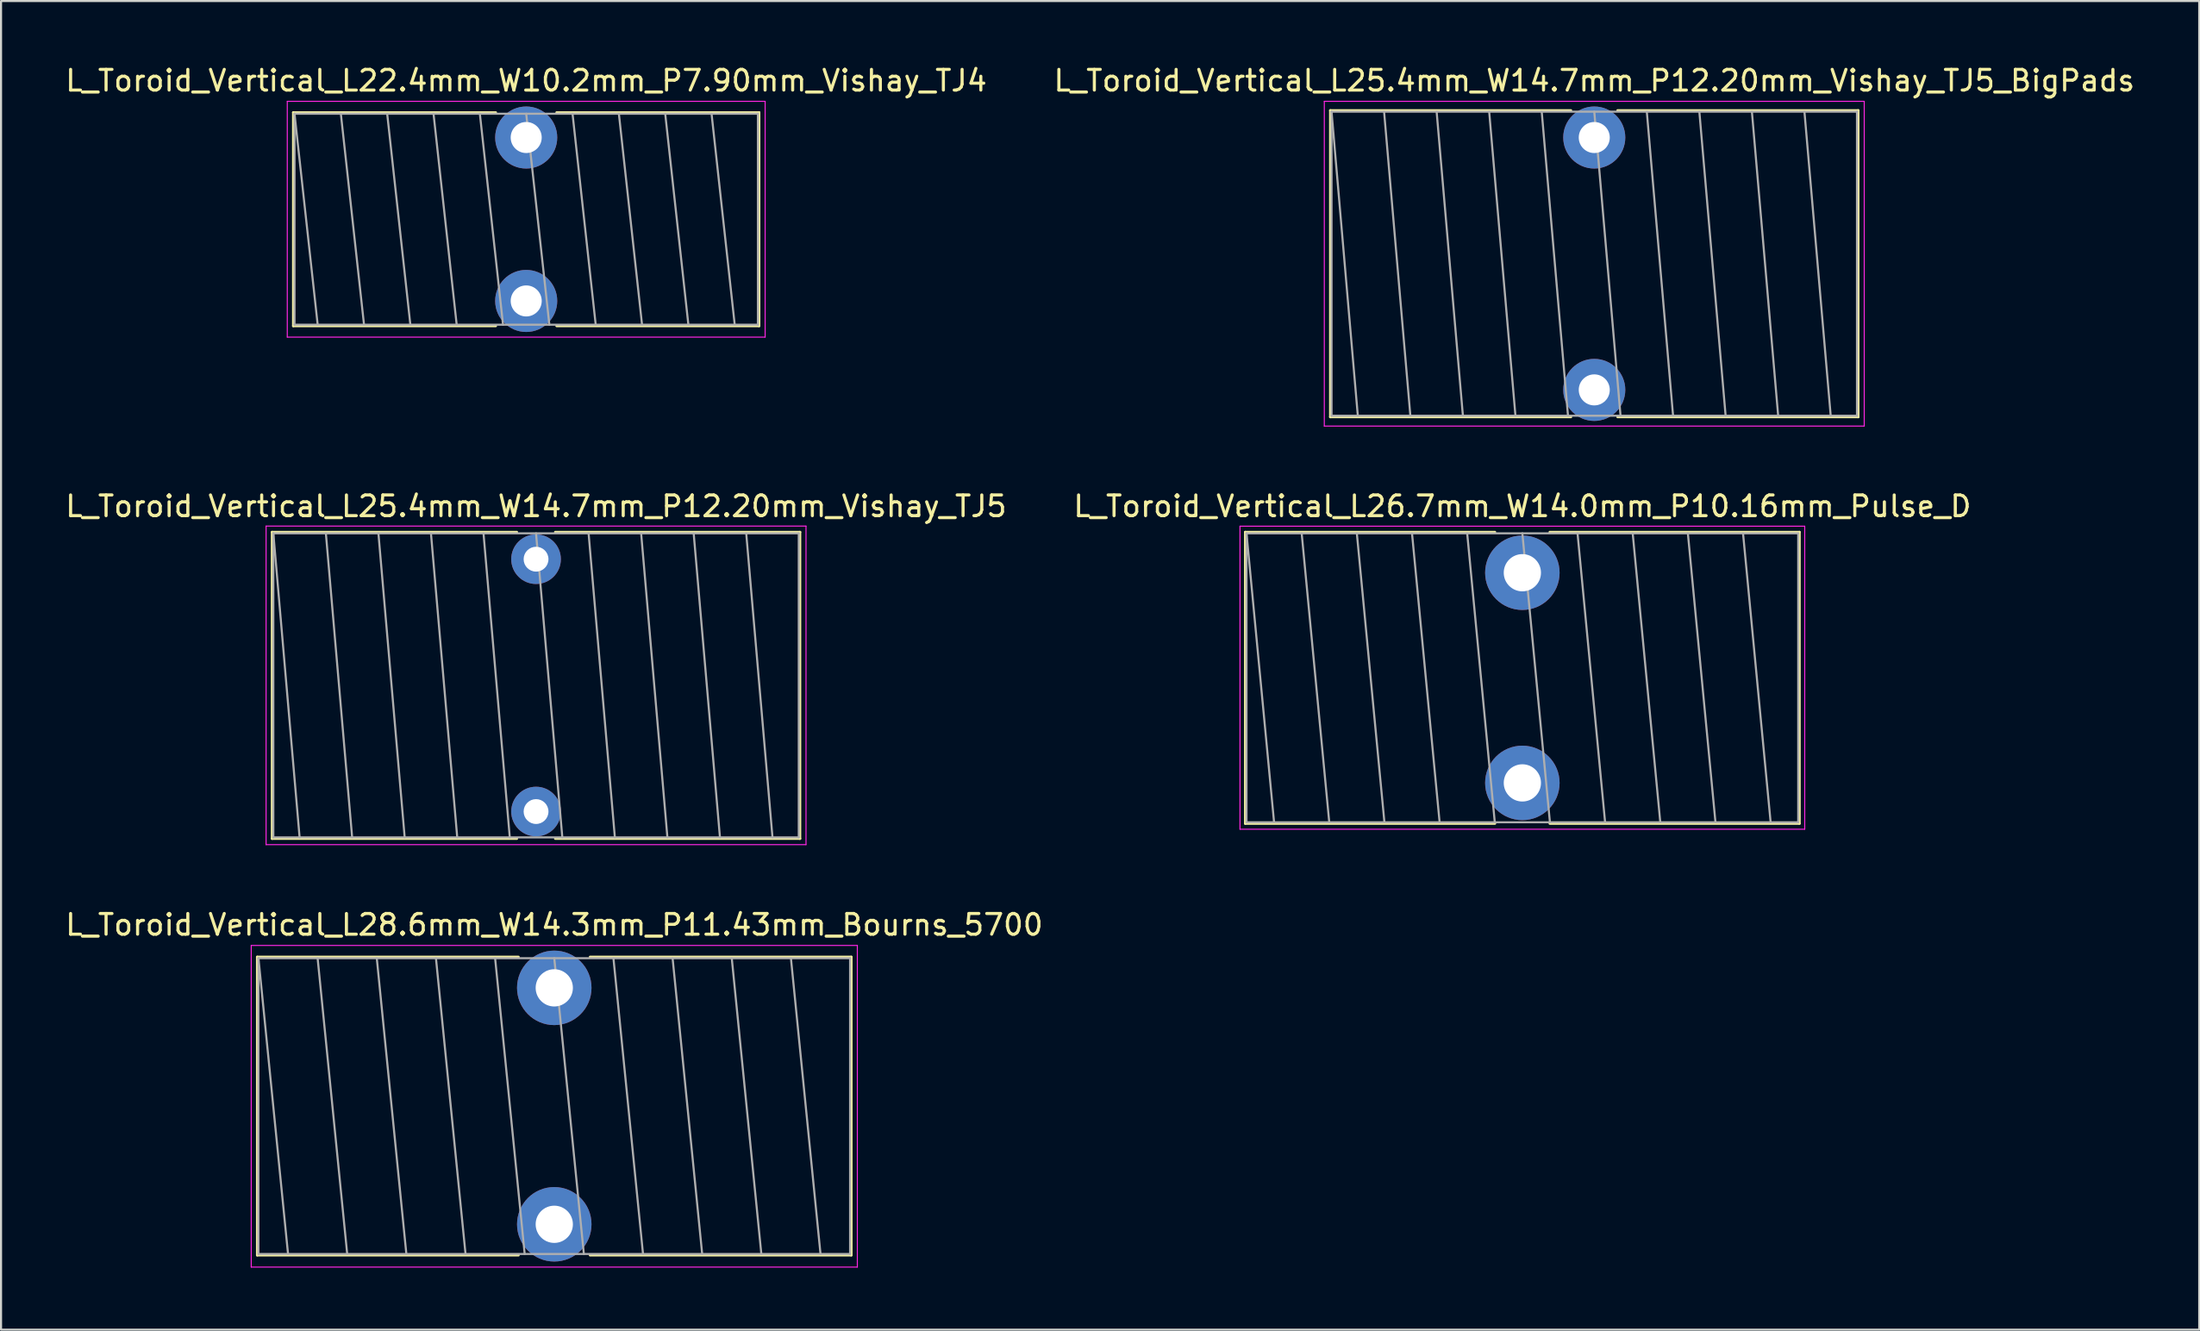
<source format=kicad_pcb>
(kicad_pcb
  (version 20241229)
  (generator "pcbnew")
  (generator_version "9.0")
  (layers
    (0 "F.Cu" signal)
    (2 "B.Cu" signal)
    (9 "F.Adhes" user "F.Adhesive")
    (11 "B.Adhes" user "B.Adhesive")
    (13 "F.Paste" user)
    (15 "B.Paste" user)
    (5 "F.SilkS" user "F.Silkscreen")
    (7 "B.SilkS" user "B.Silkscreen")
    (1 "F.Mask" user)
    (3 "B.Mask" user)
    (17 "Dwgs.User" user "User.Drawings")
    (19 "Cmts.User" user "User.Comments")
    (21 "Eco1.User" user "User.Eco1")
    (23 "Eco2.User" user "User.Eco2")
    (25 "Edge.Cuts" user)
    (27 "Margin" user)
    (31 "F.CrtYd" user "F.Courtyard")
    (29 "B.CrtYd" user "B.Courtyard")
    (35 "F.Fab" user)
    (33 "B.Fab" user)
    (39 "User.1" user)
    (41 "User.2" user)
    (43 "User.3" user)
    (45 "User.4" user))
  (footprint "L_Toroid_Vertical_L25.4mm_W14.7mm_P12.20mm_Vishay_TJ5_BigPads"
    (layer "F.Cu")
    (at 74.018 3.598)
    (property "Reference" "L_Toroid_Vertical_L25.4mm_W14.7mm_P12.20mm_Vishay_TJ5_BigPads" (at 0 -2.75 0) (layer "F.SilkS") (effects (font (size 1 1) (thickness 0.15))))
    (attr through_hole)
    (fp_line (start -12.76 -1.31) (end -12.76 13.51) (stroke (width 0.12) (type solid)) (layer "F.SilkS"))
    (fp_line (start -12.76 -1.31) (end -1.127 -1.31) (stroke (width 0.12) (type solid)) (layer "F.SilkS"))
    (fp_line (start -12.76 13.51) (end -1.127 13.51) (stroke (width 0.12) (type solid)) (layer "F.SilkS"))
    (fp_line (start 1.127 -1.31) (end 12.76 -1.31) (stroke (width 0.12) (type solid)) (layer "F.SilkS"))
    (fp_line (start 1.127 13.51) (end 12.76 13.51) (stroke (width 0.12) (type solid)) (layer "F.SilkS"))
    (fp_line (start 12.76 -1.31) (end 12.76 13.51) (stroke (width 0.12) (type solid)) (layer "F.SilkS"))
    (fp_line (start -13.05 -1.75) (end -13.05 13.95) (stroke (width 0.05) (type solid)) (layer "F.CrtYd"))
    (fp_line (start -13.05 13.95) (end 13.05 13.95) (stroke (width 0.05) (type solid)) (layer "F.CrtYd"))
    (fp_line (start 13.05 -1.75) (end -13.05 -1.75) (stroke (width 0.05) (type solid)) (layer "F.CrtYd"))
    (fp_line (start 13.05 13.95) (end 13.05 -1.75) (stroke (width 0.05) (type solid)) (layer "F.CrtYd"))
    (fp_line (start -12.7 -1.25) (end -12.7 13.45) (stroke (width 0.1) (type solid)) (layer "F.Fab"))
    (fp_line (start -12.7 -1.25) (end -11.43 13.45) (stroke (width 0.1) (type solid)) (layer "F.Fab"))
    (fp_line (start -12.7 13.45) (end 12.7 13.45) (stroke (width 0.1) (type solid)) (layer "F.Fab"))
    (fp_line (start -10.16 -1.25) (end -8.89 13.45) (stroke (width 0.1) (type solid)) (layer "F.Fab"))
    (fp_line (start -7.62 -1.25) (end -6.35 13.45) (stroke (width 0.1) (type solid)) (layer "F.Fab"))
    (fp_line (start -5.08 -1.25) (end -3.81 13.45) (stroke (width 0.1) (type solid)) (layer "F.Fab"))
    (fp_line (start -2.54 -1.25) (end -1.27 13.45) (stroke (width 0.1) (type solid)) (layer "F.Fab"))
    (fp_line (start 0 -1.25) (end 1.27 13.45) (stroke (width 0.1) (type solid)) (layer "F.Fab"))
    (fp_line (start 2.54 -1.25) (end 3.81 13.45) (stroke (width 0.1) (type solid)) (layer "F.Fab"))
    (fp_line (start 5.08 -1.25) (end 6.35 13.45) (stroke (width 0.1) (type solid)) (layer "F.Fab"))
    (fp_line (start 7.62 -1.25) (end 8.89 13.45) (stroke (width 0.1) (type solid)) (layer "F.Fab"))
    (fp_line (start 10.16 -1.25) (end 11.43 13.45) (stroke (width 0.1) (type solid)) (layer "F.Fab"))
    (fp_line (start 12.7 -1.25) (end -12.7 -1.25) (stroke (width 0.1) (type solid)) (layer "F.Fab"))
    (fp_line (start 12.7 13.45) (end 12.7 -1.25) (stroke (width 0.1) (type solid)) (layer "F.Fab"))
    (pad "1" thru_hole circle (at 0 0) (size 3 3) (drill 1.5) (layers "*.Cu" "*.Mask"))
    (pad "2" thru_hole circle (at 0 12.2) (size 3 3) (drill 1.5) (layers "*.Cu" "*.Mask")))
  (footprint "L_Toroid_Vertical_L28.6mm_W14.3mm_P11.43mm_Bourns_5700"
    (layer "F.Cu")
    (at 23.744 44.705)
    (property "Reference" "L_Toroid_Vertical_L28.6mm_W14.3mm_P11.43mm_Bourns_5700" (at 0 -3.05 0) (layer "F.SilkS") (effects (font (size 1 1) (thickness 0.15))))
    (attr through_hole)
    (fp_line (start -14.36 -1.495) (end -14.36 12.925) (stroke (width 0.12) (type solid)) (layer "F.SilkS"))
    (fp_line (start -14.36 -1.495) (end -1.73 -1.495) (stroke (width 0.12) (type solid)) (layer "F.SilkS"))
    (fp_line (start -14.36 12.925) (end -1.73 12.925) (stroke (width 0.12) (type solid)) (layer "F.SilkS"))
    (fp_line (start 1.73 -1.495) (end 14.36 -1.495) (stroke (width 0.12) (type solid)) (layer "F.SilkS"))
    (fp_line (start 1.73 12.925) (end 14.36 12.925) (stroke (width 0.12) (type solid)) (layer "F.SilkS"))
    (fp_line (start 14.36 -1.495) (end 14.36 12.925) (stroke (width 0.12) (type solid)) (layer "F.SilkS"))
    (fp_line (start -14.65 -2.05) (end -14.65 13.5) (stroke (width 0.05) (type solid)) (layer "F.CrtYd"))
    (fp_line (start -14.65 13.5) (end 14.65 13.5) (stroke (width 0.05) (type solid)) (layer "F.CrtYd"))
    (fp_line (start 14.65 -2.05) (end -14.65 -2.05) (stroke (width 0.05) (type solid)) (layer "F.CrtYd"))
    (fp_line (start 14.65 13.5) (end 14.65 -2.05) (stroke (width 0.05) (type solid)) (layer "F.CrtYd"))
    (fp_line (start -14.3 -1.435) (end -14.3 12.865) (stroke (width 0.1) (type solid)) (layer "F.Fab"))
    (fp_line (start -14.3 -1.435) (end -12.87 12.865) (stroke (width 0.1) (type solid)) (layer "F.Fab"))
    (fp_line (start -14.3 12.865) (end 14.3 12.865) (stroke (width 0.1) (type solid)) (layer "F.Fab"))
    (fp_line (start -11.44 -1.435) (end -10.01 12.865) (stroke (width 0.1) (type solid)) (layer "F.Fab"))
    (fp_line (start -8.58 -1.435) (end -7.15 12.865) (stroke (width 0.1) (type solid)) (layer "F.Fab"))
    (fp_line (start -5.72 -1.435) (end -4.29 12.865) (stroke (width 0.1) (type solid)) (layer "F.Fab"))
    (fp_line (start -2.86 -1.435) (end -1.43 12.865) (stroke (width 0.1) (type solid)) (layer "F.Fab"))
    (fp_line (start 0 -1.435) (end 1.43 12.865) (stroke (width 0.1) (type solid)) (layer "F.Fab"))
    (fp_line (start 2.86 -1.435) (end 4.29 12.865) (stroke (width 0.1) (type solid)) (layer "F.Fab"))
    (fp_line (start 5.72 -1.435) (end 7.15 12.865) (stroke (width 0.1) (type solid)) (layer "F.Fab"))
    (fp_line (start 8.58 -1.435) (end 10.01 12.865) (stroke (width 0.1) (type solid)) (layer "F.Fab"))
    (fp_line (start 11.44 -1.435) (end 12.87 12.865) (stroke (width 0.1) (type solid)) (layer "F.Fab"))
    (fp_line (start 14.3 -1.435) (end -14.3 -1.435) (stroke (width 0.1) (type solid)) (layer "F.Fab"))
    (fp_line (start 14.3 12.865) (end 14.3 -1.435) (stroke (width 0.1) (type solid)) (layer "F.Fab"))
    (pad "1" thru_hole circle (at 0 0) (size 3.6 3.6) (drill 1.8) (layers "*.Cu" "*.Mask"))
    (pad "2" thru_hole circle (at 0 11.43) (size 3.6 3.6) (drill 1.8) (layers "*.Cu" "*.Mask")))
  (footprint "L_Toroid_Vertical_L26.7mm_W14.0mm_P10.16mm_Pulse_D"
    (layer "F.Cu")
    (at 70.542 24.637)
    (property "Reference" "L_Toroid_Vertical_L26.7mm_W14.0mm_P10.16mm_Pulse_D" (at 0 -3.215 0) (layer "F.SilkS") (effects (font (size 1 1) (thickness 0.15))))
    (attr through_hole)
    (fp_line (start -13.396 -1.965) (end -13.396 12.125) (stroke (width 0.12) (type solid)) (layer "F.SilkS"))
    (fp_line (start -13.396 -1.965) (end -1.325 -1.965) (stroke (width 0.12) (type solid)) (layer "F.SilkS"))
    (fp_line (start -13.396 12.125) (end -1.325 12.125) (stroke (width 0.12) (type solid)) (layer "F.SilkS"))
    (fp_line (start 1.325 -1.965) (end 13.396 -1.965) (stroke (width 0.12) (type solid)) (layer "F.SilkS"))
    (fp_line (start 1.325 12.125) (end 13.396 12.125) (stroke (width 0.12) (type solid)) (layer "F.SilkS"))
    (fp_line (start 13.396 -1.965) (end 13.396 12.125) (stroke (width 0.12) (type solid)) (layer "F.SilkS"))
    (fp_line (start -13.65 -2.25) (end -13.65 12.4) (stroke (width 0.05) (type solid)) (layer "F.CrtYd"))
    (fp_line (start -13.65 12.4) (end 13.65 12.4) (stroke (width 0.05) (type solid)) (layer "F.CrtYd"))
    (fp_line (start 13.65 -2.25) (end -13.65 -2.25) (stroke (width 0.05) (type solid)) (layer "F.CrtYd"))
    (fp_line (start 13.65 12.4) (end 13.65 -2.25) (stroke (width 0.05) (type solid)) (layer "F.CrtYd"))
    (fp_line (start -13.335 -1.905) (end -13.335 12.065) (stroke (width 0.1) (type solid)) (layer "F.Fab"))
    (fp_line (start -13.335 -1.905) (end -12.002 12.065) (stroke (width 0.1) (type solid)) (layer "F.Fab"))
    (fp_line (start -13.335 12.065) (end 13.335 12.065) (stroke (width 0.1) (type solid)) (layer "F.Fab"))
    (fp_line (start -10.668 -1.905) (end -9.335 12.065) (stroke (width 0.1) (type solid)) (layer "F.Fab"))
    (fp_line (start -8.001 -1.905) (end -6.668 12.065) (stroke (width 0.1) (type solid)) (layer "F.Fab"))
    (fp_line (start -5.334 -1.905) (end -4 12.065) (stroke (width 0.1) (type solid)) (layer "F.Fab"))
    (fp_line (start -2.667 -1.905) (end -1.333 12.065) (stroke (width 0.1) (type solid)) (layer "F.Fab"))
    (fp_line (start 0 -1.905) (end 1.333 12.065) (stroke (width 0.1) (type solid)) (layer "F.Fab"))
    (fp_line (start 2.667 -1.905) (end 4 12.065) (stroke (width 0.1) (type solid)) (layer "F.Fab"))
    (fp_line (start 5.334 -1.905) (end 6.668 12.065) (stroke (width 0.1) (type solid)) (layer "F.Fab"))
    (fp_line (start 8.001 -1.905) (end 9.335 12.065) (stroke (width 0.1) (type solid)) (layer "F.Fab"))
    (fp_line (start 10.668 -1.905) (end 12.002 12.065) (stroke (width 0.1) (type solid)) (layer "F.Fab"))
    (fp_line (start 13.335 -1.905) (end -13.335 -1.905) (stroke (width 0.1) (type solid)) (layer "F.Fab"))
    (fp_line (start 13.335 12.065) (end 13.335 -1.905) (stroke (width 0.1) (type solid)) (layer "F.Fab"))
    (pad "1" thru_hole circle (at 0 0) (size 3.6 3.6) (drill 1.8) (layers "*.Cu" "*.Mask"))
    (pad "2" thru_hole circle (at 0 10.16) (size 3.6 3.6) (drill 1.8) (layers "*.Cu" "*.Mask")))
  (footprint "L_Toroid_Vertical_L22.4mm_W10.2mm_P7.90mm_Vishay_TJ4"
    (layer "F.Cu")
    (at 22.387 3.598)
    (property "Reference" "L_Toroid_Vertical_L22.4mm_W10.2mm_P7.90mm_Vishay_TJ4" (at 0 -2.75 0) (layer "F.SilkS") (effects (font (size 1 1) (thickness 0.15))))
    (attr through_hole)
    (fp_line (start -11.26 -1.21) (end -11.26 9.11) (stroke (width 0.12) (type solid)) (layer "F.SilkS"))
    (fp_line (start -11.26 -1.21) (end -1.47 -1.21) (stroke (width 0.12) (type solid)) (layer "F.SilkS"))
    (fp_line (start -11.26 9.11) (end -1.47 9.11) (stroke (width 0.12) (type solid)) (layer "F.SilkS"))
    (fp_line (start 1.47 -1.21) (end 11.26 -1.21) (stroke (width 0.12) (type solid)) (layer "F.SilkS"))
    (fp_line (start 1.47 9.11) (end 11.26 9.11) (stroke (width 0.12) (type solid)) (layer "F.SilkS"))
    (fp_line (start 11.26 -1.21) (end 11.26 9.11) (stroke (width 0.12) (type solid)) (layer "F.SilkS"))
    (fp_line (start -11.55 -1.75) (end -11.55 9.65) (stroke (width 0.05) (type solid)) (layer "F.CrtYd"))
    (fp_line (start -11.55 9.65) (end 11.55 9.65) (stroke (width 0.05) (type solid)) (layer "F.CrtYd"))
    (fp_line (start 11.55 -1.75) (end -11.55 -1.75) (stroke (width 0.05) (type solid)) (layer "F.CrtYd"))
    (fp_line (start 11.55 9.65) (end 11.55 -1.75) (stroke (width 0.05) (type solid)) (layer "F.CrtYd"))
    (fp_line (start -11.2 -1.15) (end -11.2 9.05) (stroke (width 0.1) (type solid)) (layer "F.Fab"))
    (fp_line (start -11.2 -1.15) (end -10.08 9.05) (stroke (width 0.1) (type solid)) (layer "F.Fab"))
    (fp_line (start -11.2 9.05) (end 11.2 9.05) (stroke (width 0.1) (type solid)) (layer "F.Fab"))
    (fp_line (start -8.96 -1.15) (end -7.84 9.05) (stroke (width 0.1) (type solid)) (layer "F.Fab"))
    (fp_line (start -6.72 -1.15) (end -5.6 9.05) (stroke (width 0.1) (type solid)) (layer "F.Fab"))
    (fp_line (start -4.48 -1.15) (end -3.36 9.05) (stroke (width 0.1) (type solid)) (layer "F.Fab"))
    (fp_line (start -2.24 -1.15) (end -1.12 9.05) (stroke (width 0.1) (type solid)) (layer "F.Fab"))
    (fp_line (start 0 -1.15) (end 1.12 9.05) (stroke (width 0.1) (type solid)) (layer "F.Fab"))
    (fp_line (start 2.24 -1.15) (end 3.36 9.05) (stroke (width 0.1) (type solid)) (layer "F.Fab"))
    (fp_line (start 4.48 -1.15) (end 5.6 9.05) (stroke (width 0.1) (type solid)) (layer "F.Fab"))
    (fp_line (start 6.72 -1.15) (end 7.84 9.05) (stroke (width 0.1) (type solid)) (layer "F.Fab"))
    (fp_line (start 8.96 -1.15) (end 10.08 9.05) (stroke (width 0.1) (type solid)) (layer "F.Fab"))
    (fp_line (start 11.2 -1.15) (end -11.2 -1.15) (stroke (width 0.1) (type solid)) (layer "F.Fab"))
    (fp_line (start 11.2 9.05) (end 11.2 -1.15) (stroke (width 0.1) (type solid)) (layer "F.Fab"))
    (pad "1" thru_hole circle (at 0 0) (size 3 3) (drill 1.5) (layers "*.Cu" "*.Mask"))
    (pad "2" thru_hole circle (at 0 7.9) (size 3 3) (drill 1.5) (layers "*.Cu" "*.Mask")))
  (footprint "L_Toroid_Vertical_L25.4mm_W14.7mm_P12.20mm_Vishay_TJ5"
    (layer "F.Cu")
    (at 22.863 23.982)
    (property "Reference" "L_Toroid_Vertical_L25.4mm_W14.7mm_P12.20mm_Vishay_TJ5" (at 0 -2.56 0) (layer "F.SilkS") (effects (font (size 1 1) (thickness 0.15))))
    (attr through_hole)
    (fp_line (start -12.76 -1.31) (end -12.76 13.51) (stroke (width 0.12) (type solid)) (layer "F.SilkS"))
    (fp_line (start -12.76 -1.31) (end -0.928 -1.31) (stroke (width 0.12) (type solid)) (layer "F.SilkS"))
    (fp_line (start -12.76 13.51) (end -0.928 13.51) (stroke (width 0.12) (type solid)) (layer "F.SilkS"))
    (fp_line (start 0.928 -1.31) (end 12.76 -1.31) (stroke (width 0.12) (type solid)) (layer "F.SilkS"))
    (fp_line (start 0.928 13.51) (end 12.76 13.51) (stroke (width 0.12) (type solid)) (layer "F.SilkS"))
    (fp_line (start 12.76 -1.31) (end 12.76 13.51) (stroke (width 0.12) (type solid)) (layer "F.SilkS"))
    (fp_line (start -13.05 -1.6) (end -13.05 13.8) (stroke (width 0.05) (type solid)) (layer "F.CrtYd"))
    (fp_line (start -13.05 13.8) (end 13.05 13.8) (stroke (width 0.05) (type solid)) (layer "F.CrtYd"))
    (fp_line (start 13.05 -1.6) (end -13.05 -1.6) (stroke (width 0.05) (type solid)) (layer "F.CrtYd"))
    (fp_line (start 13.05 13.8) (end 13.05 -1.6) (stroke (width 0.05) (type solid)) (layer "F.CrtYd"))
    (fp_line (start -12.7 -1.25) (end -12.7 13.45) (stroke (width 0.1) (type solid)) (layer "F.Fab"))
    (fp_line (start -12.7 -1.25) (end -11.43 13.45) (stroke (width 0.1) (type solid)) (layer "F.Fab"))
    (fp_line (start -12.7 13.45) (end 12.7 13.45) (stroke (width 0.1) (type solid)) (layer "F.Fab"))
    (fp_line (start -10.16 -1.25) (end -8.89 13.45) (stroke (width 0.1) (type solid)) (layer "F.Fab"))
    (fp_line (start -7.62 -1.25) (end -6.35 13.45) (stroke (width 0.1) (type solid)) (layer "F.Fab"))
    (fp_line (start -5.08 -1.25) (end -3.81 13.45) (stroke (width 0.1) (type solid)) (layer "F.Fab"))
    (fp_line (start -2.54 -1.25) (end -1.27 13.45) (stroke (width 0.1) (type solid)) (layer "F.Fab"))
    (fp_line (start 0 -1.25) (end 1.27 13.45) (stroke (width 0.1) (type solid)) (layer "F.Fab"))
    (fp_line (start 2.54 -1.25) (end 3.81 13.45) (stroke (width 0.1) (type solid)) (layer "F.Fab"))
    (fp_line (start 5.08 -1.25) (end 6.35 13.45) (stroke (width 0.1) (type solid)) (layer "F.Fab"))
    (fp_line (start 7.62 -1.25) (end 8.89 13.45) (stroke (width 0.1) (type solid)) (layer "F.Fab"))
    (fp_line (start 10.16 -1.25) (end 11.43 13.45) (stroke (width 0.1) (type solid)) (layer "F.Fab"))
    (fp_line (start 12.7 -1.25) (end -12.7 -1.25) (stroke (width 0.1) (type solid)) (layer "F.Fab"))
    (fp_line (start 12.7 13.45) (end 12.7 -1.25) (stroke (width 0.1) (type solid)) (layer "F.Fab"))
    (pad "1" thru_hole circle (at 0 0) (size 2.4 2.4) (drill 1.2) (layers "*.Cu" "*.Mask"))
    (pad "2" thru_hole circle (at 0 12.2) (size 2.4 2.4) (drill 1.2) (layers "*.Cu" "*.Mask")))
  (gr_rect
    (start -3 -3)
    (end 103.262 61.23)
    (stroke (width 0.1) (type default))
    (fill no)
    (layer "Edge.Cuts")))
</source>
